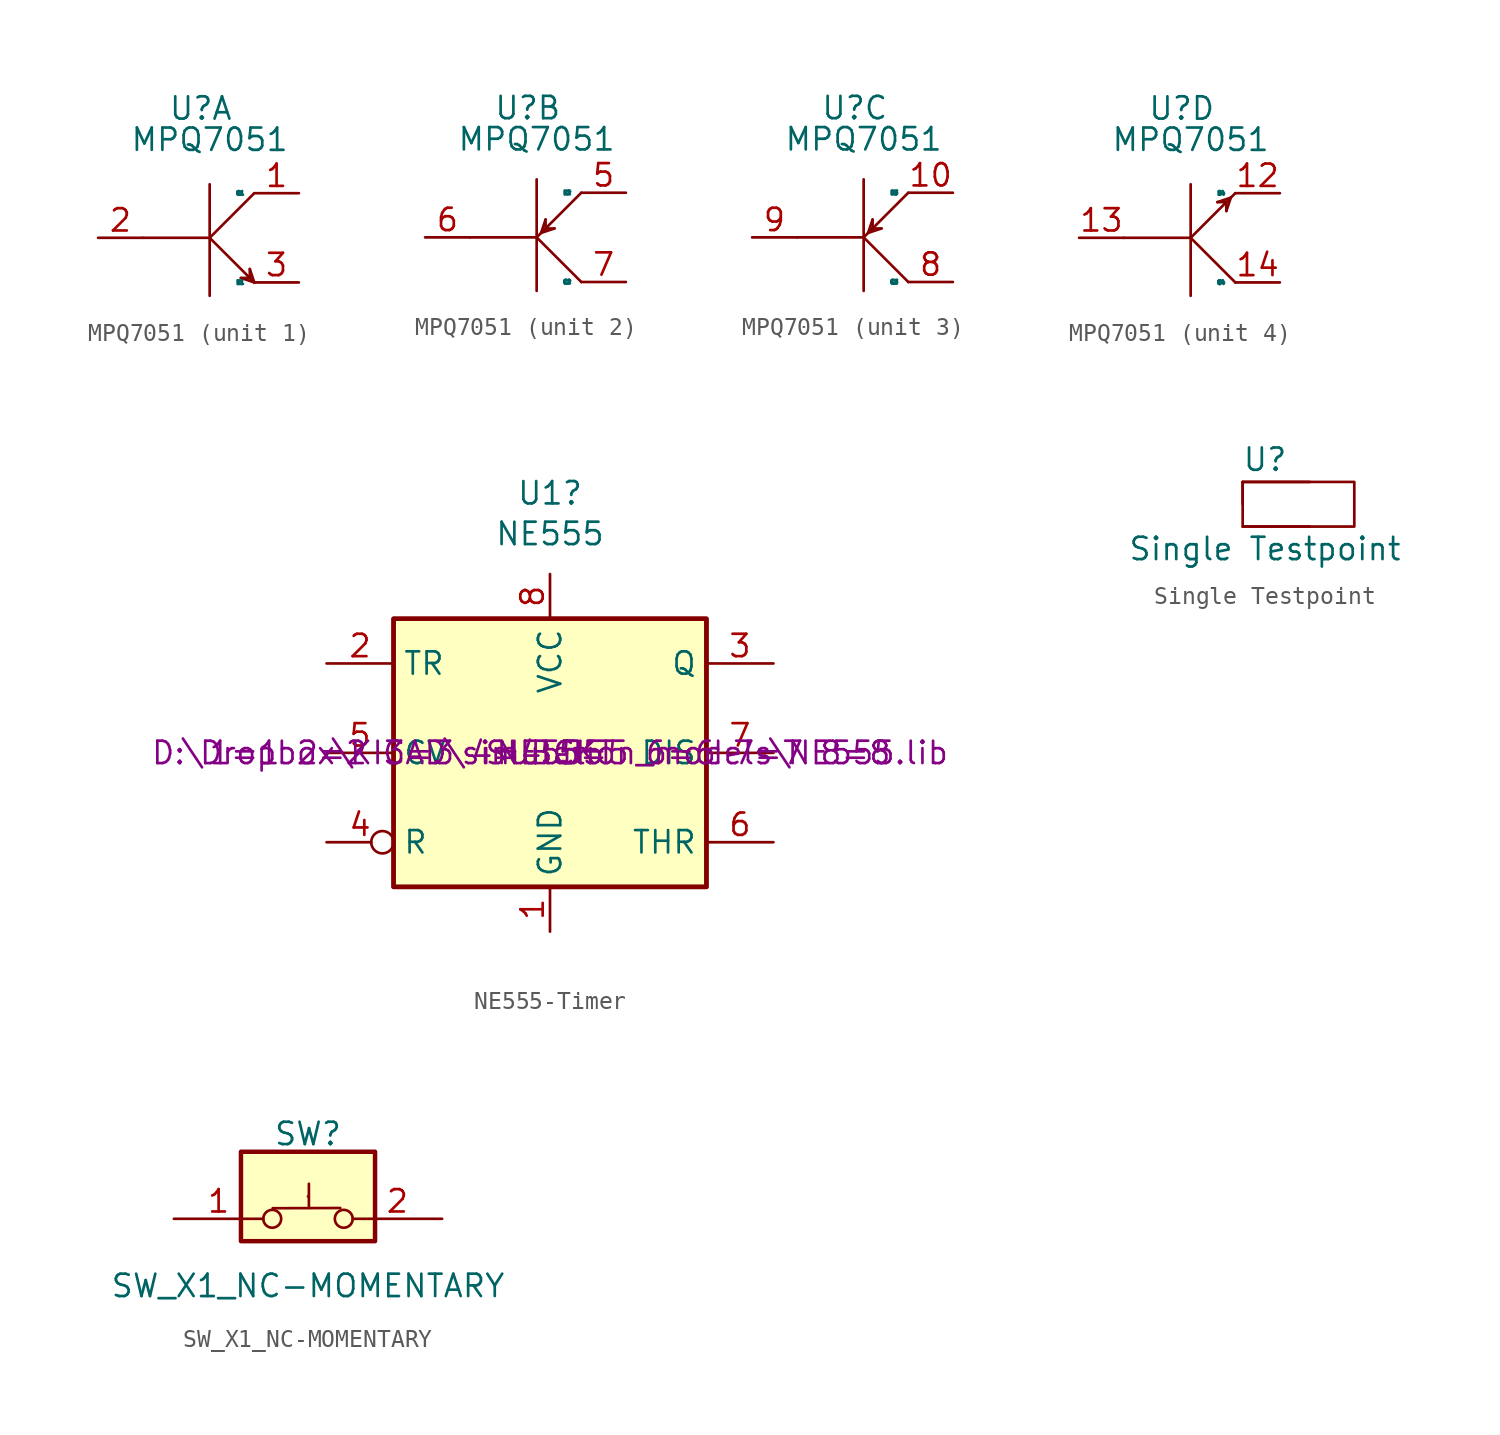
<source format=kicad_sym>
(kicad_symbol_lib
  (version 20241209)
  (generator "kicad_symbol_editor")
  (generator_version "9.0")
  (symbol "MPQ7051"
    (property "Reference" "U"
      (at -0.508 7.366 0)
      (effects (font (size 1.27 1.27))))
    (property "Value" "MPQ7051"
      (at 0 5.588 0)
      (effects (font (size 1.27 1.27))))
    (property "ki_locked" ""
      (at 0 0 0)
      (effects (font (size 1.27 1.27))))
    (symbol "MPQ7051_1_1"
      (polyline (pts (xy -3.81 0) (xy 0 0)) (stroke (width 0) (type default)) (fill (type none)))
      (polyline (pts (xy 0 0) (xy 2.54 2.54)) (stroke (width 0) (type default)) (fill (type none)))
      (polyline (pts (xy 0 0) (xy 2.54 -2.54)) (stroke (width 0) (type default)) (fill (type none)))
      (polyline (pts (xy 0 -3.302) (xy 0 3.048)) (stroke (width 0) (type default)) (fill (type none)))
      (polyline (pts (xy 1.778 -2.286) (xy 2.54 -2.54)) (stroke (width 0) (type default)) (fill (type none)))
      (polyline (pts (xy 2.286 -1.778) (xy 2.54 -2.54)) (stroke (width 0) (type default)) (fill (type none)))
      (polyline (pts (xy 2.286 -2.286) (xy 1.778 -2.286)) (stroke (width 0) (type default)) (fill (type none)))
      (polyline (pts (xy 2.286 -2.286) (xy 2.286 -1.778)) (stroke (width 0) (type default)) (fill (type none)))
      (pin input line (at -6.35 0 0) (length 2.54) (name "B1" (effects (font (size 0 0)))) (number "2" (effects (font (size 1.27 1.27)))))
      (pin input line (at 5.08 2.54 180) (length 2.54) (name "C1" (effects (font (size 0.203 0.203)))) (number "1" (effects (font (size 1.27 1.27)))))
      (pin output line (at 5.08 -2.54 180) (length 2.54) (name "E1" (effects (font (size 0.203 0.203)))) (number "3" (effects (font (size 1.27 1.27))))))
    (symbol "MPQ7051_2_1"
      (polyline (pts (xy -3.81 0) (xy 0 0)) (stroke (width 0) (type default)) (fill (type none)))
      (polyline (pts (xy 0 0) (xy 2.54 2.54)) (stroke (width 0) (type default)) (fill (type none)))
      (polyline (pts (xy 0 0) (xy 2.54 -2.54)) (stroke (width 0) (type default)) (fill (type none)))
      (polyline (pts (xy 0 -3.048) (xy 0 3.302)) (stroke (width 0) (type default)) (fill (type none)))
      (polyline (pts (xy 0.254 0.254) (xy 0.508 1.016)) (stroke (width 0) (type default)) (fill (type none)))
      (polyline (pts (xy 0.254 0.254) (xy 1.016 0.508)) (stroke (width 0) (type default)) (fill (type none)))
      (polyline (pts (xy 0.508 1.016) (xy 0.508 0.508)) (stroke (width 0) (type default)) (fill (type none)))
      (polyline (pts (xy 0.508 0.508) (xy 1.016 0.508)) (stroke (width 0) (type default)) (fill (type none)))
      (pin input line (at -6.35 0 0) (length 2.54) (name "B2" (effects (font (size 0 0)))) (number "6" (effects (font (size 1.27 1.27)))))
      (pin no_connect line (at -1.27 -1.27 180) (length 0.025) (hide yes) (name "4" (effects (font (size 0 0)))) (number "NC" (effects (font (size 0 0)))))
      (pin input line (at 5.08 2.54 180) (length 2.54) (name "E2" (effects (font (size 0.203 0.203)))) (number "5" (effects (font (size 1.27 1.27)))))
      (pin output line (at 5.08 -2.54 180) (length 2.54) (name "C2" (effects (font (size 0.203 0.203)))) (number "7" (effects (font (size 1.27 1.27))))))
    (symbol "MPQ7051_3_1"
      (polyline (pts (xy -3.81 0) (xy 0 0)) (stroke (width 0) (type default)) (fill (type none)))
      (polyline (pts (xy 0 0) (xy 2.54 2.54)) (stroke (width 0) (type default)) (fill (type none)))
      (polyline (pts (xy 0 0) (xy 2.54 -2.54)) (stroke (width 0) (type default)) (fill (type none)))
      (polyline (pts (xy 0 -3.048) (xy 0 3.302)) (stroke (width 0) (type default)) (fill (type none)))
      (polyline (pts (xy 0.508 1.016) (xy 0.254 0.254)) (stroke (width 0) (type default)) (fill (type none)))
      (polyline (pts (xy 0.508 0.508) (xy 0.508 1.016)) (stroke (width 0) (type default)) (fill (type none)))
      (polyline (pts (xy 0.508 0.508) (xy 1.016 0.508)) (stroke (width 0) (type default)) (fill (type none)))
      (polyline (pts (xy 1.016 0.508) (xy 0.254 0.254)) (stroke (width 0) (type default)) (fill (type none)))
      (pin input line (at -6.35 0 0) (length 2.54) (name "B3" (effects (font (size 0 0)))) (number "9" (effects (font (size 1.27 1.27)))))
      (pin no_connect line (at -1.27 -1.27 180) (length 0.025) (hide yes) (name "11" (effects (font (size 0 0)))) (number "NC" (effects (font (size 0 0)))))
      (pin output line (at 5.08 2.54 180) (length 2.54) (name "E3" (effects (font (size 0.203 0.203)))) (number "10" (effects (font (size 1.27 1.27)))))
      (pin input line (at 5.08 -2.54 180) (length 2.54) (name "C3" (effects (font (size 0.203 0.203)))) (number "8" (effects (font (size 1.27 1.27))))))
    (symbol "MPQ7051_4_1"
      (polyline (pts (xy -3.81 0) (xy 0 0)) (stroke (width 0) (type default)) (fill (type none)))
      (polyline (pts (xy 0 0) (xy 2.54 2.54)) (stroke (width 0) (type default)) (fill (type none)))
      (polyline (pts (xy 0 0) (xy 2.54 -2.54)) (stroke (width 0) (type default)) (fill (type none)))
      (polyline (pts (xy 0 -3.302) (xy 0 3.048)) (stroke (width 0) (type default)) (fill (type none)))
      (polyline (pts (xy 1.524 2.032) (xy 2.286 2.286)) (stroke (width 0) (type default)) (fill (type none)))
      (polyline (pts (xy 2.032 2.032) (xy 2.032 1.524) (xy 2.032 2.032) (xy 1.524 2.032)) (stroke (width 0) (type default)) (fill (type none)))
      (polyline (pts (xy 2.032 1.524) (xy 2.286 2.286)) (stroke (width 0) (type default)) (fill (type none)))
      (pin input line (at -6.35 0 0) (length 2.54) (name "B4" (effects (font (size 0 0)))) (number "13" (effects (font (size 1.27 1.27)))))
      (pin output line (at 5.08 2.54 180) (length 2.54) (name "E4" (effects (font (size 0.203 0.203)))) (number "12" (effects (font (size 1.27 1.27)))))
      (pin input line (at 5.08 -2.54 180) (length 2.54) (name "C4" (effects (font (size 0.203 0.203)))) (number "14" (effects (font (size 1.27 1.27)))))))
  (symbol "NE555-Timer"
    (property "Reference" "U1"
      (at 0 14.757 0)
      (effects (font (size 1.27 1.27))))
    (property "Value" "NE555"
      (at 0 12.446 0)
      (effects (font (size 1.27 1.27))))
    (property "Sim.Library" "D:\\Dropbox\\KICAD\\simulation_models\\NE555.lib"
      (at 0 0 0)
      (effects (font (size 1.27 1.27))))
    (property "Sim.Name" "NE555"
      (at 0 0 0)
      (effects (font (size 1.27 1.27))))
    (property "Sim.Device" "SUBCKT"
      (at 0 0 0)
      (effects (font (size 1.27 1.27))))
    (property "Sim.Pins" "1=1 2=2 3=3 4=4 5=5 6=6 7=7 8=8"
      (at 0 0 0)
      (effects (font (size 1.27 1.27))))
    (symbol "NE555-Timer_0_0"
      (pin power_in line (at 0 10.16 270) (length 2.54) (name "VCC" (effects (font (size 1.27 1.27)))) (number "8" (effects (font (size 1.27 1.27)))))
      (pin power_in line (at 0 -10.16 90) (length 2.54) (name "GND" (effects (font (size 1.27 1.27)))) (number "1" (effects (font (size 1.27 1.27))))))
    (symbol "NE555-Timer_0_1"
      (rectangle (start -8.89 7.62) (end 8.89 -7.62) (stroke (width 0.254) (type solid)) (fill (type background)))
      (rectangle (start -8.89 -7.62) (end 8.89 7.62) (stroke (width 0.254) (type solid)) (fill (type background))))
    (symbol "NE555-Timer_1_1"
      (pin input line (at -12.7 5.08 0) (length 3.81) (name "TR" (effects (font (size 1.27 1.27)))) (number "2" (effects (font (size 1.27 1.27)))))
      (pin input line (at -12.7 0 0) (length 3.81) (name "CV" (effects (font (size 1.27 1.27)))) (number "5" (effects (font (size 1.27 1.27)))))
      (pin input inverted (at -12.7 -5.08 0) (length 3.81) (name "R" (effects (font (size 1.27 1.27)))) (number "4" (effects (font (size 1.27 1.27)))))
      (pin output line (at 12.7 5.08 180) (length 3.81) (name "Q" (effects (font (size 1.27 1.27)))) (number "3" (effects (font (size 1.27 1.27)))))
      (pin input line (at 12.7 0 180) (length 3.81) (name "DIS" (effects (font (size 1.27 1.27)))) (number "7" (effects (font (size 1.27 1.27)))))
      (pin input line (at 12.7 -5.08 180) (length 3.81) (name "THR" (effects (font (size 1.27 1.27)))) (number "6" (effects (font (size 1.27 1.27)))))))
  (symbol "Single Testpoint"
    (property "Reference" "U"
      (at 0 0 0)
      (effects (font (size 1.27 1.27))))
    (property "Value" "Single Testpoint"
      (at 0 -5.08 0)
      (effects (font (size 1.27 1.27))))
    (symbol "Single Testpoint_0_1"
      (rectangle (start -1.27 -1.27) (end -1.27 -2.54) (stroke (width 0) (type default)) (fill (type none)))
      (rectangle (start -1.27 -1.27) (end 2.54 -1.27) (stroke (width 0) (type default)) (fill (type none)))
      (rectangle (start -1.27 -1.27) (end 5.08 -3.81) (stroke (width 0) (type default)) (fill (type none)))
      (rectangle (start -1.27 -3.81) (end 2.54 -3.81) (stroke (width 0) (type default)) (fill (type none))))
    (symbol "Single Testpoint_1_1"
      (pin input line (at -3.81 -2.54 0) (length 2.54) (hide yes) (name "INPUT" (effects (font (size 1.27 1.27)))) (number "1" (effects (font (size 1.27 1.27)))))))
  (symbol "SW_X1_NC-MOMENTARY"
    (pin_names
      (offset 0)
      (hide yes))
    (property "Reference" "SW"
      (at 0 4.826 0)
      (effects (font (size 1.27 1.27))))
    (property "Value" "SW_X1_NC-MOMENTARY"
      (at 0 -3.81 0)
      (effects (font (size 1.27 1.27))))
    (symbol "SW_X1_NC-MOMENTARY_0_0"
      (circle (center -2.032 0) (radius 0.508) (stroke (width 0) (type default)) (fill (type none)))
      (polyline (pts (xy -2.006 0.601) (xy 1.833 0.613)) (stroke (width 0) (type default)) (fill (type none)))
      (circle (center 2.032 0) (radius 0.508) (stroke (width 0) (type default)) (fill (type none))))
    (symbol "SW_X1_NC-MOMENTARY_0_1"
      (rectangle (start -3.81 3.81) (end 3.81 -1.27) (stroke (width 0.254) (type default)) (fill (type background)))
      (polyline (pts (xy 0 1.27) (xy 0 1.27)) (stroke (width 0) (type default)) (fill (type none)))
      (rectangle (start 0.051 1.99) (end 0.051 0.72) (stroke (width 0) (type default)) (fill (type none))))
    (symbol "SW_X1_NC-MOMENTARY_1_1"
      (pin passive line (at -7.62 0 0) (length 5.08) (name "~" (effects (font (size 1.27 1.27)))) (number "1" (effects (font (size 1.27 1.27)))))
      (pin passive line (at 7.62 0 180) (length 5.08) (name "~" (effects (font (size 1.27 1.27)))) (number "2" (effects (font (size 1.27 1.27))))))))
</source>
